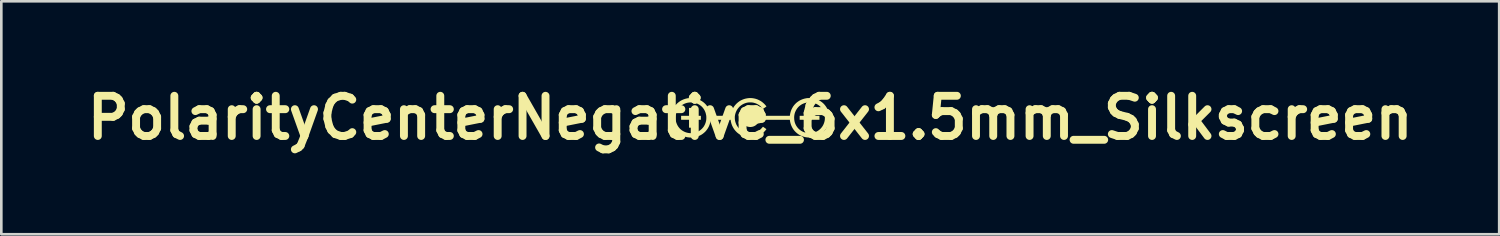
<source format=kicad_pcb>
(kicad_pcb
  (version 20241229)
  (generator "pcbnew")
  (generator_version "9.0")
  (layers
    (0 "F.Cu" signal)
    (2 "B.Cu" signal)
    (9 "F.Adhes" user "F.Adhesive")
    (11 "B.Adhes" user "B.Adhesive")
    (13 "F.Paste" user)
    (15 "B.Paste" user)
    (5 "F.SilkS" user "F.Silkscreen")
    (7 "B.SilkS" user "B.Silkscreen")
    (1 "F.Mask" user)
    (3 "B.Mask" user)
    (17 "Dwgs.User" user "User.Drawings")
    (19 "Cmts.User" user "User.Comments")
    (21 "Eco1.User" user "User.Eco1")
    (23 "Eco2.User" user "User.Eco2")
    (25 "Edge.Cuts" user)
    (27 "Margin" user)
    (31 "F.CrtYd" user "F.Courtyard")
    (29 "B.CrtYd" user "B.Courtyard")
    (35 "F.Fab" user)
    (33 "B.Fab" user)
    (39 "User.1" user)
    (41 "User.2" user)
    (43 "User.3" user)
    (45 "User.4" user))
  (footprint "PolarityCenterNegative_6x1.5mm_Silkscreen"
    (layer "F.Cu")
    (at 25.407 1.418)
    (property "Reference" "PolarityCenterNegative_6x1.5mm_Silkscreen" (at 0 0 0) (layer "F.SilkS") (effects (font (size 1.524 1.524) (thickness 0.3))))
    (attr board_only exclude_from_pos_files exclude_from_bom)
    (fp_poly (pts (xy 2.625 0.075) (xy 1.875 0.075) (xy 1.875 -0.075) (xy 2.625 -0.075)) (stroke (width 0) (type solid)) (fill yes) (layer "F.SilkS"))
    (fp_poly (pts (xy -2.172 -0.075) (xy -1.872 -0.075) (xy -1.872 0.075) (xy -2.172 0.075) (xy -2.172 0.375) (xy -2.322 0.375) (xy -2.322 0.075) (xy -2.622 0.075) (xy -2.622 -0.075) (xy -2.322 -0.075) (xy -2.322 -0.375) (xy -2.172 -0.375)) (stroke (width 0) (type solid)) (fill yes) (layer "F.SilkS"))
    (fp_poly (pts (xy 2.266 -0.748) (xy 2.294 -0.748) (xy 2.32 -0.747) (xy 2.343 -0.745) (xy 2.361 -0.743) (xy 2.363 -0.743) (xy 2.431 -0.729) (xy 2.497 -0.71) (xy 2.559 -0.686) (xy 2.619 -0.657) (xy 2.675 -0.623) (xy 2.727 -0.585) (xy 2.776 -0.542) (xy 2.82 -0.495) (xy 2.86 -0.444) (xy 2.896 -0.389) (xy 2.926 -0.331) (xy 2.952 -0.27) (xy 2.972 -0.205) (xy 2.98 -0.174) (xy 2.987 -0.141) (xy 2.992 -0.11) (xy 2.995 -0.08) (xy 2.997 -0.048) (xy 2.998 -0.012) (xy 2.998 0.002) (xy 2.997 0.046) (xy 2.994 0.087) (xy 2.989 0.126) (xy 2.982 0.165) (xy 2.974 0.198) (xy 2.954 0.263) (xy 2.929 0.325) (xy 2.898 0.384) (xy 2.863 0.439) (xy 2.823 0.491) (xy 2.778 0.539) (xy 2.729 0.582) (xy 2.676 0.622) (xy 2.62 0.656) (xy 2.559 0.686) (xy 2.502 0.708) (xy 2.475 0.717) (xy 2.444 0.725) (xy 2.411 0.733) (xy 2.379 0.739) (xy 2.365 0.741) (xy 2.348 0.743) (xy 2.328 0.745) (xy 2.305 0.746) (xy 2.28 0.748) (xy 2.257 0.749) (xy 2.235 0.749) (xy 2.216 0.749) (xy 2.201 0.748) (xy 2.199 0.748) (xy 2.162 0.744) (xy 2.131 0.74) (xy 2.103 0.736) (xy 2.077 0.73) (xy 2.052 0.724) (xy 2.026 0.717) (xy 2.017 0.714) (xy 1.954 0.692) (xy 1.893 0.664) (xy 1.836 0.631) (xy 1.783 0.593) (xy 1.733 0.55) (xy 1.687 0.503) (xy 1.646 0.453) (xy 1.609 0.398) (xy 1.578 0.34) (xy 1.551 0.279) (xy 1.541 0.252) (xy 1.524 0.196) (xy 1.512 0.141) (xy 1.506 0.104) (xy 1.502 0.075) (xy 0.923 0.075) (xy 0.85 0.075) (xy 0.783 0.075) (xy 0.721 0.075) (xy 0.665 0.075) (xy 0.615 0.075) (xy 0.57 0.075) (xy 0.529 0.075) (xy 0.493 0.076) (xy 0.462 0.076) (xy 0.435 0.076) (xy 0.412 0.076) (xy 0.392 0.076) (xy 0.377 0.077) (xy 0.364 0.077) (xy 0.355 0.078) (xy 0.348 0.078) (xy 0.344 0.078) (xy 0.343 0.079) (xy 0.342 0.079) (xy 0.331 0.116) (xy 0.318 0.149) (xy 0.303 0.179) (xy 0.285 0.206) (xy 0.278 0.215) (xy 0.249 0.248) (xy 0.216 0.277) (xy 0.181 0.301) (xy 0.143 0.32) (xy 0.103 0.335) (xy 0.061 0.344) (xy 0.019 0.349) (xy -0.023 0.348) (xy -0.065 0.343) (xy -0.107 0.333) (xy -0.147 0.317) (xy -0.185 0.297) (xy -0.221 0.272) (xy -0.254 0.242) (xy -0.266 0.23) (xy -0.292 0.195) (xy -0.314 0.156) (xy -0.33 0.116) (xy -0.342 0.073) (xy -0.348 0.029) (xy -0.348 -0.002) (xy 1.666 -0.002) (xy 1.669 0.061) (xy 1.677 0.122) (xy 1.691 0.179) (xy 1.711 0.234) (xy 1.737 0.287) (xy 1.768 0.336) (xy 1.804 0.383) (xy 1.833 0.414) (xy 1.877 0.454) (xy 1.925 0.489) (xy 1.976 0.519) (xy 2.03 0.543) (xy 2.086 0.561) (xy 2.144 0.574) (xy 2.201 0.581) (xy 2.215 0.582) (xy 2.228 0.583) (xy 2.237 0.584) (xy 2.241 0.584) (xy 2.246 0.584) (xy 2.255 0.583) (xy 2.269 0.583) (xy 2.284 0.582) (xy 2.291 0.581) (xy 2.352 0.574) (xy 2.411 0.561) (xy 2.468 0.543) (xy 2.521 0.519) (xy 2.571 0.491) (xy 2.617 0.458) (xy 2.66 0.42) (xy 2.698 0.378) (xy 2.733 0.332) (xy 2.763 0.283) (xy 2.788 0.229) (xy 2.808 0.172) (xy 2.821 0.121) (xy 2.825 0.095) (xy 2.829 0.065) (xy 2.831 0.032) (xy 2.831 -0.002) (xy 2.831 -0.035) (xy 2.829 -0.065) (xy 2.827 -0.084) (xy 2.815 -0.146) (xy 2.798 -0.204) (xy 2.776 -0.259) (xy 2.748 -0.311) (xy 2.715 -0.36) (xy 2.677 -0.405) (xy 2.664 -0.417) (xy 2.621 -0.457) (xy 2.573 -0.491) (xy 2.522 -0.521) (xy 2.469 -0.544) (xy 2.413 -0.563) (xy 2.354 -0.576) (xy 2.294 -0.583) (xy 2.248 -0.584) (xy 2.187 -0.581) (xy 2.128 -0.573) (xy 2.071 -0.559) (xy 2.016 -0.539) (xy 1.964 -0.515) (xy 1.916 -0.485) (xy 1.87 -0.451) (xy 1.829 -0.413) (xy 1.791 -0.37) (xy 1.758 -0.323) (xy 1.729 -0.273) (xy 1.705 -0.219) (xy 1.697 -0.198) (xy 1.684 -0.155) (xy 1.675 -0.112) (xy 1.669 -0.069) (xy 1.666 -0.023) (xy 1.666 -0.002) (xy -0.348 -0.002) (xy -0.349 -0.015) (xy -0.344 -0.059) (xy -0.335 -0.102) (xy -0.32 -0.144) (xy -0.3 -0.184) (xy -0.293 -0.195) (xy -0.265 -0.231) (xy -0.234 -0.264) (xy -0.198 -0.291) (xy -0.16 -0.313) (xy -0.118 -0.331) (xy -0.074 -0.343) (xy -0.028 -0.349) (xy -0.00023 -0.35) (xy 0.048 -0.347) (xy 0.094 -0.339) (xy 0.137 -0.324) (xy 0.177 -0.305) (xy 0.215 -0.279) (xy 0.246 -0.252) (xy 0.273 -0.223) (xy 0.296 -0.192) (xy 0.315 -0.157) (xy 0.331 -0.119) (xy 0.343 -0.079) (xy 0.344 -0.078) (xy 0.347 -0.078) (xy 0.354 -0.078) (xy 0.363 -0.077) (xy 0.375 -0.077) (xy 0.39 -0.077) (xy 0.409 -0.076) (xy 0.432 -0.076) (xy 0.458 -0.076) (xy 0.489 -0.076) (xy 0.525 -0.075) (xy 0.564 -0.075) (xy 0.609 -0.075) (xy 0.659 -0.075) (xy 0.714 -0.075) (xy 0.775 -0.075) (xy 0.841 -0.075) (xy 0.914 -0.075) (xy 0.923 -0.075) (xy 1.502 -0.075) (xy 1.508 -0.115) (xy 1.52 -0.18) (xy 1.538 -0.244) (xy 1.561 -0.306) (xy 1.59 -0.365) (xy 1.623 -0.422) (xy 1.661 -0.474) (xy 1.704 -0.523) (xy 1.75 -0.567) (xy 1.758 -0.574) (xy 1.812 -0.615) (xy 1.868 -0.651) (xy 1.927 -0.681) (xy 1.989 -0.706) (xy 2.055 -0.726) (xy 2.124 -0.741) (xy 2.146 -0.744) (xy 2.163 -0.746) (xy 2.185 -0.748) (xy 2.21 -0.748) (xy 2.238 -0.749)) (stroke (width 0) (type solid)) (fill yes) (layer "F.SilkS"))
    (fp_poly (pts (xy 0.078 -0.745) (xy 0.143 -0.735) (xy 0.207 -0.72) (xy 0.27 -0.699) (xy 0.33 -0.672) (xy 0.388 -0.641) (xy 0.443 -0.605) (xy 0.446 -0.602) (xy 0.481 -0.574) (xy 0.516 -0.543) (xy 0.548 -0.511) (xy 0.578 -0.478) (xy 0.603 -0.447) (xy 0.605 -0.443) (xy 0.615 -0.429) (xy 0.55 -0.383) (xy 0.532 -0.371) (xy 0.516 -0.36) (xy 0.502 -0.35) (xy 0.491 -0.343) (xy 0.484 -0.339) (xy 0.481 -0.338) (xy 0.478 -0.341) (xy 0.473 -0.347) (xy 0.466 -0.356) (xy 0.431 -0.398) (xy 0.39 -0.437) (xy 0.346 -0.473) (xy 0.298 -0.504) (xy 0.247 -0.531) (xy 0.194 -0.553) (xy 0.139 -0.569) (xy 0.106 -0.576) (xy 0.072 -0.581) (xy 0.035 -0.584) (xy -0.003 -0.585) (xy -0.041 -0.584) (xy -0.076 -0.581) (xy -0.088 -0.58) (xy -0.146 -0.568) (xy -0.202 -0.55) (xy -0.256 -0.527) (xy -0.307 -0.499) (xy -0.354 -0.467) (xy -0.398 -0.43) (xy -0.438 -0.388) (xy -0.474 -0.343) (xy -0.506 -0.295) (xy -0.532 -0.243) (xy -0.554 -0.189) (xy -0.571 -0.131) (xy -0.582 -0.075) (xy -0.584 -0.055) (xy -0.585 -0.03) (xy -0.585 -0.003) (xy -0.585 0.025) (xy -0.583 0.051) (xy -0.581 0.074) (xy -0.58 0.084) (xy -0.568 0.144) (xy -0.55 0.201) (xy -0.527 0.256) (xy -0.499 0.308) (xy -0.465 0.356) (xy -0.428 0.401) (xy -0.386 0.442) (xy -0.339 0.478) (xy -0.299 0.504) (xy -0.245 0.533) (xy -0.189 0.555) (xy -0.131 0.572) (xy -0.073 0.582) (xy -0.014 0.587) (xy 0.045 0.585) (xy 0.104 0.577) (xy 0.163 0.563) (xy 0.186 0.556) (xy 0.242 0.534) (xy 0.296 0.507) (xy 0.345 0.475) (xy 0.392 0.437) (xy 0.434 0.394) (xy 0.457 0.368) (xy 0.469 0.354) (xy 0.478 0.344) (xy 0.483 0.34) (xy 0.485 0.34) (xy 0.489 0.343) (xy 0.497 0.348) (xy 0.508 0.356) (xy 0.523 0.366) (xy 0.539 0.378) (xy 0.551 0.386) (xy 0.568 0.398) (xy 0.583 0.409) (xy 0.596 0.418) (xy 0.606 0.425) (xy 0.611 0.429) (xy 0.613 0.431) (xy 0.611 0.434) (xy 0.606 0.441) (xy 0.599 0.45) (xy 0.595 0.456) (xy 0.554 0.505) (xy 0.508 0.551) (xy 0.458 0.593) (xy 0.405 0.631) (xy 0.348 0.664) (xy 0.29 0.692) (xy 0.237 0.711) (xy 0.169 0.73) (xy 0.102 0.742) (xy 0.034 0.748) (xy -0.033 0.749) (xy -0.1 0.742) (xy -0.166 0.73) (xy -0.231 0.712) (xy -0.296 0.687) (xy -0.335 0.669) (xy -0.394 0.636) (xy -0.449 0.598) (xy -0.501 0.556) (xy -0.548 0.509) (xy -0.591 0.459) (xy -0.629 0.405) (xy -0.662 0.348) (xy -0.69 0.288) (xy -0.713 0.226) (xy -0.73 0.161) (xy -0.74 0.112) (xy -0.745 0.075) (xy -1.122 0.075) (xy -1.179 0.075) (xy -1.229 0.075) (xy -1.274 0.075) (xy -1.314 0.075) (xy -1.349 0.075) (xy -1.379 0.075) (xy -1.405 0.075) (xy -1.427 0.076) (xy -1.445 0.076) (xy -1.46 0.076) (xy -1.472 0.076) (xy -1.482 0.077) (xy -1.489 0.077) (xy -1.494 0.078) (xy -1.498 0.078) (xy -1.5 0.079) (xy -1.501 0.08) (xy -1.501 0.08) (xy -1.502 0.086) (xy -1.504 0.096) (xy -1.505 0.105) (xy -1.511 0.147) (xy -1.522 0.193) (xy -1.535 0.239) (xy -1.552 0.285) (xy -1.57 0.329) (xy -1.584 0.356) (xy -1.618 0.415) (xy -1.657 0.469) (xy -1.7 0.52) (xy -1.748 0.565) (xy -1.799 0.606) (xy -1.854 0.643) (xy -1.912 0.674) (xy -1.974 0.7) (xy -2.038 0.721) (xy -2.105 0.736) (xy -2.133 0.741) (xy -2.149 0.743) (xy -2.17 0.745) (xy -2.193 0.746) (xy -2.217 0.748) (xy -2.241 0.749) (xy -2.263 0.749) (xy -2.282 0.749) (xy -2.296 0.748) (xy -2.299 0.748) (xy -2.335 0.744) (xy -2.367 0.74) (xy -2.395 0.736) (xy -2.421 0.73) (xy -2.446 0.724) (xy -2.472 0.717) (xy -2.496 0.709) (xy -2.558 0.685) (xy -2.617 0.656) (xy -2.674 0.622) (xy -2.727 0.582) (xy -2.776 0.538) (xy -2.821 0.49) (xy -2.862 0.437) (xy -2.899 0.381) (xy -2.903 0.373) (xy -2.929 0.322) (xy -2.951 0.268) (xy -2.969 0.21) (xy -2.983 0.15) (xy -2.989 0.116) (xy -2.993 0.09) (xy -2.995 0.059) (xy -2.996 0.026) (xy -2.996 0.001) (xy -2.832 0.001) (xy -2.829 0.062) (xy -2.82 0.122) (xy -2.805 0.18) (xy -2.784 0.236) (xy -2.758 0.29) (xy -2.727 0.34) (xy -2.689 0.388) (xy -2.686 0.392) (xy -2.648 0.431) (xy -2.604 0.467) (xy -2.557 0.498) (xy -2.507 0.525) (xy -2.454 0.547) (xy -2.399 0.564) (xy -2.342 0.576) (xy -2.296 0.581) (xy -2.281 0.582) (xy -2.269 0.583) (xy -2.26 0.584) (xy -2.257 0.584) (xy -2.252 0.584) (xy -2.242 0.583) (xy -2.229 0.583) (xy -2.213 0.582) (xy -2.208 0.581) (xy -2.146 0.574) (xy -2.088 0.561) (xy -2.031 0.543) (xy -1.978 0.52) (xy -1.928 0.492) (xy -1.882 0.459) (xy -1.839 0.422) (xy -1.801 0.381) (xy -1.766 0.336) (xy -1.736 0.286) (xy -1.711 0.234) (xy -1.691 0.178) (xy -1.676 0.119) (xy -1.67 0.086) (xy -1.668 0.061) (xy -1.666 0.032) (xy -1.665 0.001) (xy -1.666 -0.031) (xy -1.667 -0.06) (xy -1.67 -0.086) (xy -1.671 -0.089) (xy -1.683 -0.15) (xy -1.7 -0.207) (xy -1.723 -0.262) (xy -1.751 -0.314) (xy -1.784 -0.362) (xy -1.821 -0.406) (xy -1.864 -0.447) (xy -1.891 -0.468) (xy -1.94 -0.501) (xy -1.992 -0.529) (xy -2.046 -0.551) (xy -2.103 -0.568) (xy -2.162 -0.579) (xy -2.223 -0.584) (xy -2.247 -0.584) (xy -2.309 -0.581) (xy -2.369 -0.573) (xy -2.427 -0.559) (xy -2.482 -0.539) (xy -2.535 -0.514) (xy -2.585 -0.483) (xy -2.631 -0.447) (xy -2.662 -0.418) (xy -2.703 -0.374) (xy -2.738 -0.326) (xy -2.767 -0.276) (xy -2.791 -0.222) (xy -2.81 -0.166) (xy -2.823 -0.107) (xy -2.83 -0.046) (xy -2.832 0.001) (xy -2.996 0.001) (xy -2.997 -0.008) (xy -2.996 -0.04) (xy -2.994 -0.07) (xy -2.993 -0.088) (xy -2.982 -0.157) (xy -2.965 -0.223) (xy -2.944 -0.287) (xy -2.917 -0.347) (xy -2.885 -0.404) (xy -2.848 -0.458) (xy -2.807 -0.508) (xy -2.762 -0.554) (xy -2.712 -0.595) (xy -2.659 -0.633) (xy -2.602 -0.665) (xy -2.541 -0.693) (xy -2.478 -0.716) (xy -2.411 -0.734) (xy -2.363 -0.743) (xy -2.342 -0.745) (xy -2.317 -0.747) (xy -2.288 -0.748) (xy -2.257 -0.749) (xy -2.226 -0.749) (xy -2.197 -0.748) (xy -2.169 -0.746) (xy -2.145 -0.744) (xy -2.135 -0.743) (xy -2.065 -0.729) (xy -1.999 -0.71) (xy -1.935 -0.686) (xy -1.875 -0.656) (xy -1.819 -0.621) (xy -1.766 -0.582) (xy -1.716 -0.537) (xy -1.671 -0.488) (xy -1.63 -0.434) (xy -1.621 -0.42) (xy -1.593 -0.375) (xy -1.569 -0.326) (xy -1.547 -0.273) (xy -1.529 -0.219) (xy -1.515 -0.165) (xy -1.506 -0.116) (xy -1.505 -0.103) (xy -1.503 -0.091) (xy -1.502 -0.083) (xy -1.502 -0.082) (xy -1.5 -0.075) (xy -0.745 -0.075) (xy -0.742 -0.095) (xy -0.739 -0.119) (xy -0.734 -0.147) (xy -0.727 -0.177) (xy -0.719 -0.206) (xy -0.711 -0.233) (xy -0.711 -0.233) (xy -0.687 -0.296) (xy -0.658 -0.356) (xy -0.624 -0.413) (xy -0.584 -0.467) (xy -0.539 -0.518) (xy -0.514 -0.543) (xy -0.464 -0.587) (xy -0.41 -0.627) (xy -0.353 -0.661) (xy -0.292 -0.689) (xy -0.229 -0.713) (xy -0.164 -0.73) (xy -0.096 -0.742) (xy -0.052 -0.747) (xy 0.013 -0.749)) (stroke (width 0) (type solid)) (fill yes) (layer "F.SilkS")))
  (gr_rect
    (start -3 -3)
    (end 53.815 5.836)
    (stroke (width 0.1) (type default))
    (fill no)
    (layer "Edge.Cuts")))
</source>
